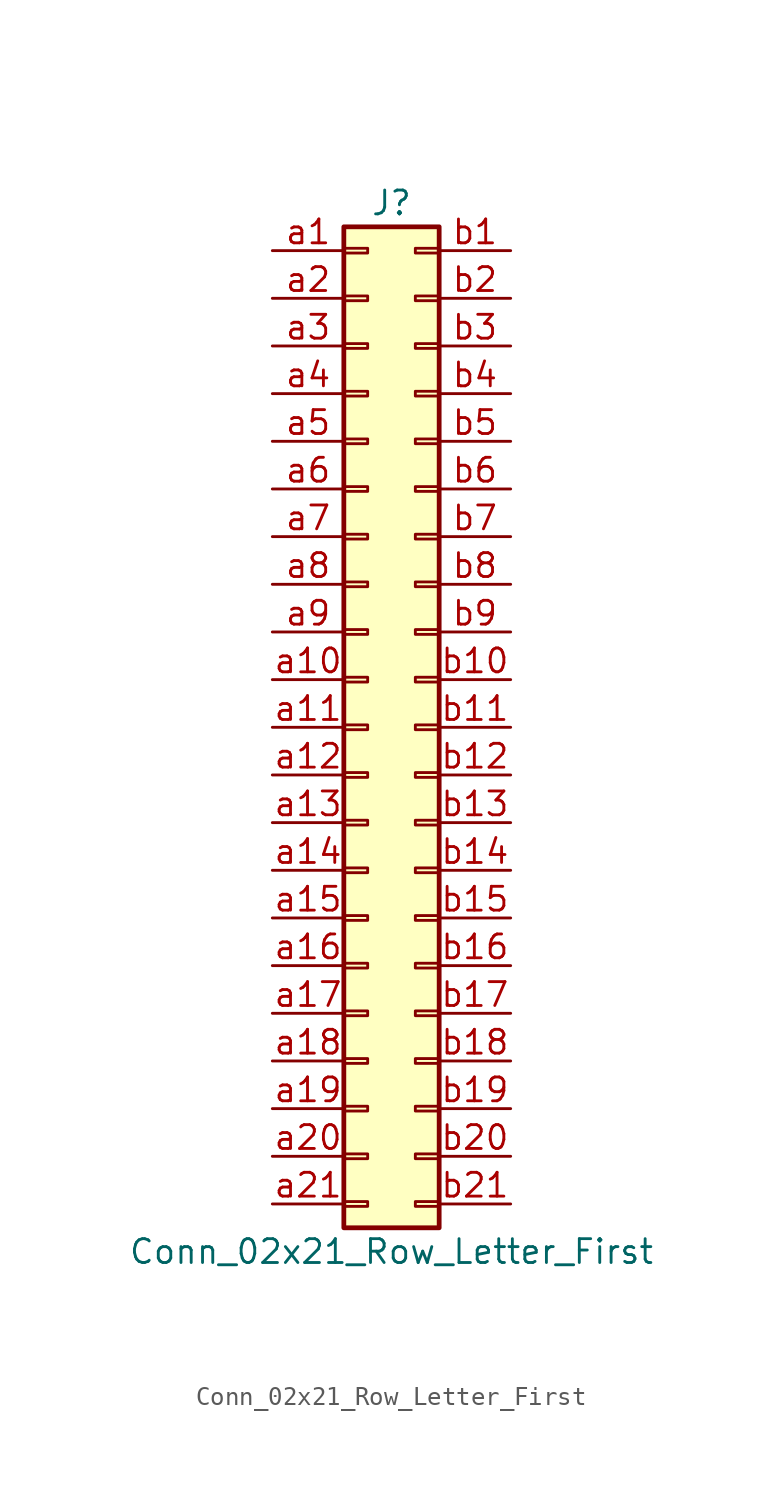
<source format=kicad_sym>
(kicad_symbol_lib
  (version 20220914)
  (generator kicad_symbol_editor)
  (symbol "Conn_02x21_Row_Letter_First"
    (pin_names
      (offset 1.016) hide)
    (property "Reference" "J"
      (at 1.27 27.94 0)
      (effects (font (size 1.27 1.27))))
    (property "Value" "Conn_02x21_Row_Letter_First"
      (at 1.27 -27.94 0)
      (effects (font (size 1.27 1.27))))
    (symbol "Conn_02x21_Row_Letter_First_1_1"
      (rectangle (start -1.27 -25.273) (end 0 -25.527) (stroke (width 0.152) (type default)) (fill (type none)))
      (rectangle (start -1.27 -22.733) (end 0 -22.987) (stroke (width 0.152) (type default)) (fill (type none)))
      (rectangle (start -1.27 -20.193) (end 0 -20.447) (stroke (width 0.152) (type default)) (fill (type none)))
      (rectangle (start -1.27 -17.653) (end 0 -17.907) (stroke (width 0.152) (type default)) (fill (type none)))
      (rectangle (start -1.27 -15.113) (end 0 -15.367) (stroke (width 0.152) (type default)) (fill (type none)))
      (rectangle (start -1.27 -12.573) (end 0 -12.827) (stroke (width 0.152) (type default)) (fill (type none)))
      (rectangle (start -1.27 -10.033) (end 0 -10.287) (stroke (width 0.152) (type default)) (fill (type none)))
      (rectangle (start -1.27 -7.493) (end 0 -7.747) (stroke (width 0.152) (type default)) (fill (type none)))
      (rectangle (start -1.27 -4.953) (end 0 -5.207) (stroke (width 0.152) (type default)) (fill (type none)))
      (rectangle (start -1.27 -2.413) (end 0 -2.667) (stroke (width 0.152) (type default)) (fill (type none)))
      (rectangle (start -1.27 0.127) (end 0 -0.127) (stroke (width 0.152) (type default)) (fill (type none)))
      (rectangle (start -1.27 2.667) (end 0 2.413) (stroke (width 0.152) (type default)) (fill (type none)))
      (rectangle (start -1.27 5.207) (end 0 4.953) (stroke (width 0.152) (type default)) (fill (type none)))
      (rectangle (start -1.27 7.747) (end 0 7.493) (stroke (width 0.152) (type default)) (fill (type none)))
      (rectangle (start -1.27 10.287) (end 0 10.033) (stroke (width 0.152) (type default)) (fill (type none)))
      (rectangle (start -1.27 12.827) (end 0 12.573) (stroke (width 0.152) (type default)) (fill (type none)))
      (rectangle (start -1.27 15.367) (end 0 15.113) (stroke (width 0.152) (type default)) (fill (type none)))
      (rectangle (start -1.27 17.907) (end 0 17.653) (stroke (width 0.152) (type default)) (fill (type none)))
      (rectangle (start -1.27 20.447) (end 0 20.193) (stroke (width 0.152) (type default)) (fill (type none)))
      (rectangle (start -1.27 22.987) (end 0 22.733) (stroke (width 0.152) (type default)) (fill (type none)))
      (rectangle (start -1.27 25.527) (end 0 25.273) (stroke (width 0.152) (type default)) (fill (type none)))
      (rectangle (start -1.27 26.67) (end 3.81 -26.67) (stroke (width 0.254) (type default)) (fill (type background)))
      (rectangle (start 3.81 -25.273) (end 2.54 -25.527) (stroke (width 0.152) (type default)) (fill (type none)))
      (rectangle (start 3.81 -22.733) (end 2.54 -22.987) (stroke (width 0.152) (type default)) (fill (type none)))
      (rectangle (start 3.81 -20.193) (end 2.54 -20.447) (stroke (width 0.152) (type default)) (fill (type none)))
      (rectangle (start 3.81 -17.653) (end 2.54 -17.907) (stroke (width 0.152) (type default)) (fill (type none)))
      (rectangle (start 3.81 -15.113) (end 2.54 -15.367) (stroke (width 0.152) (type default)) (fill (type none)))
      (rectangle (start 3.81 -12.573) (end 2.54 -12.827) (stroke (width 0.152) (type default)) (fill (type none)))
      (rectangle (start 3.81 -10.033) (end 2.54 -10.287) (stroke (width 0.152) (type default)) (fill (type none)))
      (rectangle (start 3.81 -7.493) (end 2.54 -7.747) (stroke (width 0.152) (type default)) (fill (type none)))
      (rectangle (start 3.81 -4.953) (end 2.54 -5.207) (stroke (width 0.152) (type default)) (fill (type none)))
      (rectangle (start 3.81 -2.413) (end 2.54 -2.667) (stroke (width 0.152) (type default)) (fill (type none)))
      (rectangle (start 3.81 0.127) (end 2.54 -0.127) (stroke (width 0.152) (type default)) (fill (type none)))
      (rectangle (start 3.81 2.667) (end 2.54 2.413) (stroke (width 0.152) (type default)) (fill (type none)))
      (rectangle (start 3.81 5.207) (end 2.54 4.953) (stroke (width 0.152) (type default)) (fill (type none)))
      (rectangle (start 3.81 7.747) (end 2.54 7.493) (stroke (width 0.152) (type default)) (fill (type none)))
      (rectangle (start 3.81 10.287) (end 2.54 10.033) (stroke (width 0.152) (type default)) (fill (type none)))
      (rectangle (start 3.81 12.827) (end 2.54 12.573) (stroke (width 0.152) (type default)) (fill (type none)))
      (rectangle (start 3.81 15.367) (end 2.54 15.113) (stroke (width 0.152) (type default)) (fill (type none)))
      (rectangle (start 3.81 17.907) (end 2.54 17.653) (stroke (width 0.152) (type default)) (fill (type none)))
      (rectangle (start 3.81 20.447) (end 2.54 20.193) (stroke (width 0.152) (type default)) (fill (type none)))
      (rectangle (start 3.81 22.987) (end 2.54 22.733) (stroke (width 0.152) (type default)) (fill (type none)))
      (rectangle (start 3.81 25.527) (end 2.54 25.273) (stroke (width 0.152) (type default)) (fill (type none)))
      (pin passive line (at -5.08 25.4 0) (length 3.81) (name "Pin_a1" (effects (font (size 1.27 1.27)))) (number "a1" (effects (font (size 1.27 1.27)))))
      (pin passive line (at -5.08 2.54 0) (length 3.81) (name "Pin_a10" (effects (font (size 1.27 1.27)))) (number "a10" (effects (font (size 1.27 1.27)))))
      (pin passive line (at -5.08 0 0) (length 3.81) (name "Pin_a11" (effects (font (size 1.27 1.27)))) (number "a11" (effects (font (size 1.27 1.27)))))
      (pin passive line (at -5.08 -2.54 0) (length 3.81) (name "Pin_a12" (effects (font (size 1.27 1.27)))) (number "a12" (effects (font (size 1.27 1.27)))))
      (pin passive line (at -5.08 -5.08 0) (length 3.81) (name "Pin_a13" (effects (font (size 1.27 1.27)))) (number "a13" (effects (font (size 1.27 1.27)))))
      (pin passive line (at -5.08 -7.62 0) (length 3.81) (name "Pin_a14" (effects (font (size 1.27 1.27)))) (number "a14" (effects (font (size 1.27 1.27)))))
      (pin passive line (at -5.08 -10.16 0) (length 3.81) (name "Pin_a15" (effects (font (size 1.27 1.27)))) (number "a15" (effects (font (size 1.27 1.27)))))
      (pin passive line (at -5.08 -12.7 0) (length 3.81) (name "Pin_a16" (effects (font (size 1.27 1.27)))) (number "a16" (effects (font (size 1.27 1.27)))))
      (pin passive line (at -5.08 -15.24 0) (length 3.81) (name "Pin_a17" (effects (font (size 1.27 1.27)))) (number "a17" (effects (font (size 1.27 1.27)))))
      (pin passive line (at -5.08 -17.78 0) (length 3.81) (name "Pin_a18" (effects (font (size 1.27 1.27)))) (number "a18" (effects (font (size 1.27 1.27)))))
      (pin passive line (at -5.08 -20.32 0) (length 3.81) (name "Pin_a19" (effects (font (size 1.27 1.27)))) (number "a19" (effects (font (size 1.27 1.27)))))
      (pin passive line (at -5.08 22.86 0) (length 3.81) (name "Pin_a2" (effects (font (size 1.27 1.27)))) (number "a2" (effects (font (size 1.27 1.27)))))
      (pin passive line (at -5.08 -22.86 0) (length 3.81) (name "Pin_a20" (effects (font (size 1.27 1.27)))) (number "a20" (effects (font (size 1.27 1.27)))))
      (pin passive line (at -5.08 -25.4 0) (length 3.81) (name "Pin_a21" (effects (font (size 1.27 1.27)))) (number "a21" (effects (font (size 1.27 1.27)))))
      (pin passive line (at -5.08 20.32 0) (length 3.81) (name "Pin_a3" (effects (font (size 1.27 1.27)))) (number "a3" (effects (font (size 1.27 1.27)))))
      (pin passive line (at -5.08 17.78 0) (length 3.81) (name "Pin_a4" (effects (font (size 1.27 1.27)))) (number "a4" (effects (font (size 1.27 1.27)))))
      (pin passive line (at -5.08 15.24 0) (length 3.81) (name "Pin_a5" (effects (font (size 1.27 1.27)))) (number "a5" (effects (font (size 1.27 1.27)))))
      (pin passive line (at -5.08 12.7 0) (length 3.81) (name "Pin_a6" (effects (font (size 1.27 1.27)))) (number "a6" (effects (font (size 1.27 1.27)))))
      (pin passive line (at -5.08 10.16 0) (length 3.81) (name "Pin_a7" (effects (font (size 1.27 1.27)))) (number "a7" (effects (font (size 1.27 1.27)))))
      (pin passive line (at -5.08 7.62 0) (length 3.81) (name "Pin_a8" (effects (font (size 1.27 1.27)))) (number "a8" (effects (font (size 1.27 1.27)))))
      (pin passive line (at -5.08 5.08 0) (length 3.81) (name "Pin_a9" (effects (font (size 1.27 1.27)))) (number "a9" (effects (font (size 1.27 1.27)))))
      (pin passive line (at 7.62 25.4 180) (length 3.81) (name "Pin_b1" (effects (font (size 1.27 1.27)))) (number "b1" (effects (font (size 1.27 1.27)))))
      (pin passive line (at 7.62 2.54 180) (length 3.81) (name "Pin_b10" (effects (font (size 1.27 1.27)))) (number "b10" (effects (font (size 1.27 1.27)))))
      (pin passive line (at 7.62 0 180) (length 3.81) (name "Pin_b11" (effects (font (size 1.27 1.27)))) (number "b11" (effects (font (size 1.27 1.27)))))
      (pin passive line (at 7.62 -2.54 180) (length 3.81) (name "Pin_b12" (effects (font (size 1.27 1.27)))) (number "b12" (effects (font (size 1.27 1.27)))))
      (pin passive line (at 7.62 -5.08 180) (length 3.81) (name "Pin_b13" (effects (font (size 1.27 1.27)))) (number "b13" (effects (font (size 1.27 1.27)))))
      (pin passive line (at 7.62 -7.62 180) (length 3.81) (name "Pin_b14" (effects (font (size 1.27 1.27)))) (number "b14" (effects (font (size 1.27 1.27)))))
      (pin passive line (at 7.62 -10.16 180) (length 3.81) (name "Pin_b15" (effects (font (size 1.27 1.27)))) (number "b15" (effects (font (size 1.27 1.27)))))
      (pin passive line (at 7.62 -12.7 180) (length 3.81) (name "Pin_b16" (effects (font (size 1.27 1.27)))) (number "b16" (effects (font (size 1.27 1.27)))))
      (pin passive line (at 7.62 -15.24 180) (length 3.81) (name "Pin_b17" (effects (font (size 1.27 1.27)))) (number "b17" (effects (font (size 1.27 1.27)))))
      (pin passive line (at 7.62 -17.78 180) (length 3.81) (name "Pin_b18" (effects (font (size 1.27 1.27)))) (number "b18" (effects (font (size 1.27 1.27)))))
      (pin passive line (at 7.62 -20.32 180) (length 3.81) (name "Pin_b19" (effects (font (size 1.27 1.27)))) (number "b19" (effects (font (size 1.27 1.27)))))
      (pin passive line (at 7.62 22.86 180) (length 3.81) (name "Pin_b2" (effects (font (size 1.27 1.27)))) (number "b2" (effects (font (size 1.27 1.27)))))
      (pin passive line (at 7.62 -22.86 180) (length 3.81) (name "Pin_b20" (effects (font (size 1.27 1.27)))) (number "b20" (effects (font (size 1.27 1.27)))))
      (pin passive line (at 7.62 -25.4 180) (length 3.81) (name "Pin_b21" (effects (font (size 1.27 1.27)))) (number "b21" (effects (font (size 1.27 1.27)))))
      (pin passive line (at 7.62 20.32 180) (length 3.81) (name "Pin_b3" (effects (font (size 1.27 1.27)))) (number "b3" (effects (font (size 1.27 1.27)))))
      (pin passive line (at 7.62 17.78 180) (length 3.81) (name "Pin_b4" (effects (font (size 1.27 1.27)))) (number "b4" (effects (font (size 1.27 1.27)))))
      (pin passive line (at 7.62 15.24 180) (length 3.81) (name "Pin_b5" (effects (font (size 1.27 1.27)))) (number "b5" (effects (font (size 1.27 1.27)))))
      (pin passive line (at 7.62 12.7 180) (length 3.81) (name "Pin_b6" (effects (font (size 1.27 1.27)))) (number "b6" (effects (font (size 1.27 1.27)))))
      (pin passive line (at 7.62 10.16 180) (length 3.81) (name "Pin_b7" (effects (font (size 1.27 1.27)))) (number "b7" (effects (font (size 1.27 1.27)))))
      (pin passive line (at 7.62 7.62 180) (length 3.81) (name "Pin_b8" (effects (font (size 1.27 1.27)))) (number "b8" (effects (font (size 1.27 1.27)))))
      (pin passive line (at 7.62 5.08 180) (length 3.81) (name "Pin_b9" (effects (font (size 1.27 1.27)))) (number "b9" (effects (font (size 1.27 1.27))))))))
</source>
